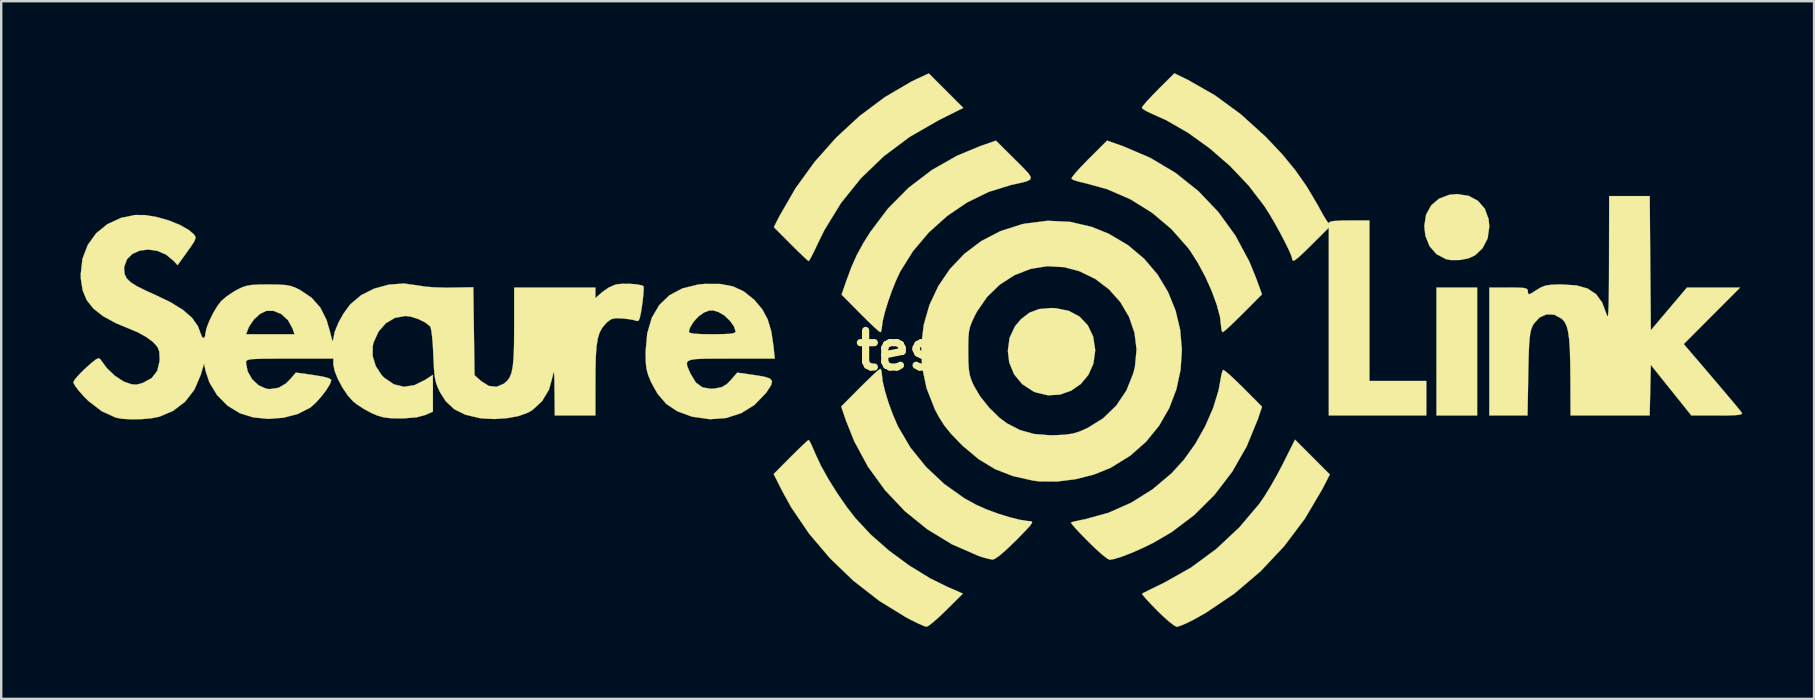
<source format=kicad_pcb>
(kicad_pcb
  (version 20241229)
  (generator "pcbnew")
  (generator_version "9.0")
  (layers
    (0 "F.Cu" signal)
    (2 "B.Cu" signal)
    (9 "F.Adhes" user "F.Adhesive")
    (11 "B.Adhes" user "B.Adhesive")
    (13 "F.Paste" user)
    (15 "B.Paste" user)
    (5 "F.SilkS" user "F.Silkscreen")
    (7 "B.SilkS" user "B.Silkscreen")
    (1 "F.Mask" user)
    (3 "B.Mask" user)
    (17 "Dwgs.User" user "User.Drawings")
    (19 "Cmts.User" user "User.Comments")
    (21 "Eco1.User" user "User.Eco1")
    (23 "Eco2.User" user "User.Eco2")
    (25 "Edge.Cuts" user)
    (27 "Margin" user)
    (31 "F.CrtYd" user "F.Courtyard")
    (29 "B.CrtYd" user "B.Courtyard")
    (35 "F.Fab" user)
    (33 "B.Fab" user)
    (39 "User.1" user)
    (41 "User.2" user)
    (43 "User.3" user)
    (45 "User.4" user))
  (footprint "test"
    (layer "F.Cu")
    (at 34.803 11.557)
    (property "Reference" "test" (at 0 0 0) (layer "F.SilkS") (effects (font (size 1.524 1.524) (thickness 0.3))))
    (attr through_hole)
    (fp_poly (pts (xy 23.707 2.709) (xy 22.013 2.709) (xy 22.013 -2.625) (xy 23.707 -2.625) (xy 23.707 2.709)) (stroke (width 0.01) (type solid)) (fill yes) (layer "F.SilkS"))
    (fp_poly (pts (xy 23.354 -6.446) (xy 23.743 -6.236) (xy 24.026 -5.909) (xy 24.185 -5.479) (xy 24.215 -5.165) (xy 24.146 -4.672) (xy 23.936 -4.267) (xy 23.622 -3.966) (xy 23.349 -3.841) (xy 22.991 -3.771) (xy 22.625 -3.767) (xy 22.404 -3.809) (xy 22.014 -4.016) (xy 21.725 -4.346) (xy 21.551 -4.777) (xy 21.505 -5.183) (xy 21.579 -5.658) (xy 21.79 -6.046) (xy 22.119 -6.328) (xy 22.549 -6.489) (xy 22.874 -6.519) (xy 23.354 -6.446)) (stroke (width 0.01) (type solid)) (fill yes) (layer "F.SilkS"))
    (fp_poly (pts (xy 6.145 -1.762) (xy 6.69 -1.653) (xy 7.141 -1.409) (xy 7.484 -1.047) (xy 7.705 -0.581) (xy 7.789 -0.028) (xy 7.789 0.017) (xy 7.714 0.552) (xy 7.505 1.017) (xy 7.187 1.398) (xy 6.784 1.676) (xy 6.32 1.838) (xy 5.82 1.867) (xy 5.309 1.746) (xy 5.207 1.702) (xy 4.748 1.402) (xy 4.41 0.992) (xy 4.206 0.495) (xy 4.149 0.013) (xy 4.222 -0.532) (xy 4.447 -1.007) (xy 4.693 -1.301) (xy 5.044 -1.573) (xy 5.448 -1.726) (xy 5.944 -1.77) (xy 6.145 -1.762)) (stroke (width 0.01) (type solid)) (fill yes) (layer "F.SilkS"))
    (fp_poly (pts (xy 1.573 -10.829) (xy 2.292 -10.111) (xy 1.252 -9.589) (xy 0.054 -8.9) (xy -1.024 -8.094) (xy -1.977 -7.176) (xy -2.802 -6.15) (xy -3.496 -5.019) (xy -3.774 -4.453) (xy -3.922 -4.139) (xy -4.046 -3.893) (xy -4.129 -3.749) (xy -4.151 -3.726) (xy -4.224 -3.782) (xy -4.391 -3.936) (xy -4.627 -4.163) (xy -4.899 -4.433) (xy -5.603 -5.141) (xy -5.38 -5.581) (xy -4.706 -6.75) (xy -3.91 -7.851) (xy -3.01 -8.866) (xy -2.026 -9.775) (xy -0.976 -10.559) (xy 0.118 -11.2) (xy 0.409 -11.341) (xy 0.855 -11.547) (xy 1.573 -10.829)) (stroke (width 0.01) (type solid)) (fill yes) (layer "F.SilkS"))
    (fp_poly (pts (xy 16.843 4.441) (xy 17.568 5.167) (xy 17.253 5.78) (xy 16.527 7.01) (xy 15.664 8.157) (xy 14.68 9.202) (xy 13.589 10.131) (xy 12.409 10.927) (xy 11.906 11.21) (xy 11.611 11.357) (xy 11.36 11.465) (xy 11.201 11.514) (xy 11.188 11.515) (xy 11.074 11.457) (xy 10.873 11.302) (xy 10.615 11.073) (xy 10.374 10.84) (xy 10.111 10.569) (xy 9.903 10.345) (xy 9.773 10.191) (xy 9.741 10.135) (xy 9.828 10.089) (xy 10.036 9.984) (xy 10.333 9.838) (xy 10.674 9.673) (xy 11.788 9.044) (xy 12.838 8.27) (xy 13.799 7.37) (xy 14.628 6.392) (xy 14.842 6.08) (xy 15.096 5.668) (xy 15.358 5.209) (xy 15.595 4.758) (xy 15.596 4.757) (xy 16.117 3.715) (xy 16.843 4.441)) (stroke (width 0.01) (type solid)) (fill yes) (layer "F.SilkS"))
    (fp_poly (pts (xy -4.1 3.799) (xy -4.007 3.991) (xy -3.89 4.263) (xy -3.869 4.313) (xy -3.64 4.803) (xy -3.324 5.369) (xy -2.952 5.963) (xy -2.554 6.537) (xy -2.201 6.991) (xy -1.563 7.674) (xy -0.803 8.341) (xy 0.034 8.958) (xy 0.902 9.491) (xy 1.639 9.856) (xy 2.275 10.132) (xy 1.58 10.823) (xy 1.295 11.097) (xy 1.043 11.319) (xy 0.854 11.466) (xy 0.76 11.513) (xy 0.635 11.474) (xy 0.401 11.371) (xy 0.098 11.222) (xy -0.084 11.126) (xy -1.211 10.433) (xy -2.277 9.604) (xy -3.258 8.664) (xy -4.133 7.634) (xy -4.877 6.539) (xy -5.251 5.862) (xy -5.611 5.149) (xy -4.903 4.437) (xy -4.624 4.16) (xy -4.388 3.934) (xy -4.222 3.781) (xy -4.151 3.726) (xy -4.1 3.799)) (stroke (width 0.01) (type solid)) (fill yes) (layer "F.SilkS"))
    (fp_poly (pts (xy 8.947 -8.515) (xy 10.089 -8.027) (xy 11.137 -7.402) (xy 12.084 -6.648) (xy 12.918 -5.774) (xy 13.631 -4.791) (xy 14.213 -3.708) (xy 14.485 -3.043) (xy 14.741 -2.341) (xy 13.955 -1.551) (xy 13.658 -1.258) (xy 13.403 -1.014) (xy 13.212 -0.842) (xy 13.111 -0.764) (xy 13.104 -0.762) (xy 13.057 -0.835) (xy 13.039 -0.997) (xy 12.99 -1.407) (xy 12.853 -1.914) (xy 12.646 -2.479) (xy 12.383 -3.065) (xy 12.08 -3.633) (xy 11.754 -4.147) (xy 11.656 -4.28) (xy 10.964 -5.065) (xy 10.156 -5.744) (xy 9.257 -6.302) (xy 8.294 -6.721) (xy 7.413 -6.964) (xy 7.12 -7.032) (xy 6.9 -7.102) (xy 6.8 -7.159) (xy 6.799 -7.162) (xy 6.846 -7.248) (xy 6.992 -7.427) (xy 7.216 -7.674) (xy 7.496 -7.962) (xy 7.529 -7.994) (xy 8.285 -8.747) (xy 8.947 -8.515)) (stroke (width 0.01) (type solid)) (fill yes) (layer "F.SilkS"))
    (fp_poly (pts (xy 4.453 -7.951) (xy 4.79 -7.616) (xy 5.01 -7.383) (xy 5.107 -7.226) (xy 5.079 -7.122) (xy 4.922 -7.046) (xy 4.631 -6.974) (xy 4.284 -6.899) (xy 3.355 -6.612) (xy 2.458 -6.175) (xy 1.616 -5.604) (xy 0.853 -4.918) (xy 0.192 -4.135) (xy -0.332 -3.298) (xy -0.504 -2.932) (xy -0.679 -2.499) (xy -0.84 -2.042) (xy -0.974 -1.606) (xy -1.065 -1.234) (xy -1.101 -0.97) (xy -1.101 -0.964) (xy -1.124 -0.81) (xy -1.166 -0.762) (xy -1.247 -0.819) (xy -1.421 -0.975) (xy -1.664 -1.207) (xy -1.953 -1.493) (xy -2.005 -1.545) (xy -2.779 -2.328) (xy -2.59 -2.879) (xy -2.368 -3.477) (xy -2.142 -3.985) (xy -1.872 -4.477) (xy -1.585 -4.935) (xy -0.845 -5.918) (xy 0.014 -6.782) (xy 0.98 -7.52) (xy 2.044 -8.123) (xy 2.991 -8.515) (xy 3.653 -8.747) (xy 4.453 -7.951)) (stroke (width 0.01) (type solid)) (fill yes) (layer "F.SilkS"))
    (fp_poly (pts (xy 13.197 0.85) (xy 13.369 0.993) (xy 13.611 1.216) (xy 13.9 1.496) (xy 13.96 1.557) (xy 14.743 2.343) (xy 14.568 2.863) (xy 14.098 4.006) (xy 13.493 5.061) (xy 12.762 6.015) (xy 11.917 6.857) (xy 10.965 7.575) (xy 10.221 8.009) (xy 9.75 8.239) (xy 9.294 8.439) (xy 8.889 8.595) (xy 8.568 8.693) (xy 8.388 8.721) (xy 8.279 8.663) (xy 8.08 8.507) (xy 7.82 8.274) (xy 7.524 7.989) (xy 7.496 7.961) (xy 7.214 7.673) (xy 6.986 7.43) (xy 6.833 7.255) (xy 6.777 7.172) (xy 6.778 7.169) (xy 6.874 7.138) (xy 7.09 7.088) (xy 7.366 7.032) (xy 8.346 6.762) (xy 9.294 6.341) (xy 10.18 5.786) (xy 10.975 5.115) (xy 11.492 4.548) (xy 11.965 3.886) (xy 12.376 3.154) (xy 12.705 2.398) (xy 12.93 1.666) (xy 13.006 1.258) (xy 13.049 1.011) (xy 13.096 0.844) (xy 13.119 0.807) (xy 13.197 0.85)) (stroke (width 0.01) (type solid)) (fill yes) (layer "F.SilkS"))
    (fp_poly (pts (xy -1.119 0.835) (xy -1.101 0.997) (xy -1.065 1.297) (xy -0.969 1.705) (xy -0.826 2.173) (xy -0.649 2.657) (xy -0.454 3.112) (xy -0.424 3.175) (xy 0.085 4.041) (xy 0.733 4.844) (xy 1.492 5.56) (xy 2.336 6.159) (xy 2.835 6.434) (xy 3.255 6.62) (xy 3.728 6.795) (xy 4.206 6.944) (xy 4.641 7.054) (xy 4.987 7.108) (xy 5.071 7.112) (xy 5.147 7.124) (xy 5.161 7.171) (xy 5.1 7.27) (xy 4.951 7.441) (xy 4.701 7.7) (xy 4.487 7.916) (xy 4.112 8.279) (xy 3.814 8.539) (xy 3.604 8.685) (xy 3.515 8.714) (xy 3.339 8.683) (xy 3.078 8.61) (xy 2.921 8.557) (xy 1.816 8.075) (xy 0.791 7.45) (xy -0.141 6.696) (xy -0.967 5.824) (xy -1.675 4.849) (xy -2.253 3.783) (xy -2.595 2.924) (xy -2.796 2.334) (xy -2.014 1.548) (xy -1.718 1.255) (xy -1.463 1.012) (xy -1.273 0.841) (xy -1.173 0.764) (xy -1.166 0.762) (xy -1.119 0.835)) (stroke (width 0.01) (type solid)) (fill yes) (layer "F.SilkS"))
    (fp_poly (pts (xy 11.662 -11.272) (xy 12.772 -10.64) (xy 13.852 -9.85) (xy 14.887 -8.912) (xy 14.903 -8.896) (xy 15.57 -8.192) (xy 16.126 -7.518) (xy 16.613 -6.823) (xy 17.067 -6.055) (xy 17.146 -5.909) (xy 17.307 -5.62) (xy 17.434 -5.411) (xy 17.51 -5.31) (xy 17.525 -5.313) (xy 17.577 -5.365) (xy 17.746 -5.398) (xy 18.05 -5.415) (xy 18.373 -5.419) (xy 19.219 -5.419) (xy 19.219 1.27) (xy 21.59 1.27) (xy 21.59 2.709) (xy 17.526 2.709) (xy 17.526 -5.119) (xy 16.826 -4.422) (xy 16.495 -4.097) (xy 16.264 -3.883) (xy 16.116 -3.767) (xy 16.035 -3.739) (xy 16.004 -3.784) (xy 16.002 -3.817) (xy 15.961 -3.958) (xy 15.85 -4.211) (xy 15.687 -4.543) (xy 15.489 -4.92) (xy 15.273 -5.309) (xy 15.057 -5.677) (xy 14.858 -5.992) (xy 14.839 -6.021) (xy 14.188 -6.87) (xy 13.419 -7.68) (xy 12.564 -8.425) (xy 11.657 -9.077) (xy 10.731 -9.608) (xy 10.139 -9.873) (xy 9.91 -9.98) (xy 9.765 -10.077) (xy 9.737 -10.12) (xy 9.794 -10.211) (xy 9.948 -10.392) (xy 10.175 -10.636) (xy 10.413 -10.879) (xy 11.09 -11.552) (xy 11.662 -11.272)) (stroke (width 0.01) (type solid)) (fill yes) (layer "F.SilkS"))
    (fp_poly (pts (xy -7.834 -2.773) (xy -7.307 -2.672) (xy -6.855 -2.462) (xy -6.441 -2.131) (xy -6.399 -2.09) (xy -6.085 -1.717) (xy -5.861 -1.302) (xy -5.711 -0.805) (xy -5.618 -0.191) (xy -5.564 0.339) (xy -7.396 0.339) (xy -8.024 0.338) (xy -8.5 0.342) (xy -8.841 0.357) (xy -9.065 0.39) (xy -9.189 0.447) (xy -9.231 0.535) (xy -9.208 0.661) (xy -9.137 0.832) (xy -9.065 0.988) (xy -8.851 1.337) (xy -8.583 1.535) (xy -8.236 1.596) (xy -8.063 1.585) (xy -7.771 1.526) (xy -7.556 1.396) (xy -7.396 1.231) (xy -7.129 0.923) (xy -6.401 1.024) (xy -6.007 1.089) (xy -5.77 1.166) (xy -5.677 1.275) (xy -5.714 1.44) (xy -5.868 1.682) (xy -5.951 1.793) (xy -6.415 2.272) (xy -6.968 2.614) (xy -7.592 2.813) (xy -8.27 2.864) (xy -8.985 2.762) (xy -9.052 2.744) (xy -9.63 2.532) (xy -10.087 2.226) (xy -10.452 1.802) (xy -10.721 1.314) (xy -10.838 1.033) (xy -10.907 0.782) (xy -10.94 0.496) (xy -10.947 0.114) (xy -10.947 0.044) (xy -10.879 -0.717) (xy -10.859 -0.783) (xy -9.144 -0.783) (xy -9.096 -0.734) (xy -8.938 -0.702) (xy -8.652 -0.684) (xy -8.218 -0.677) (xy -8.17 -0.677) (xy -7.734 -0.682) (xy -7.442 -0.696) (xy -7.273 -0.724) (xy -7.203 -0.768) (xy -7.197 -0.792) (xy -7.264 -1.003) (xy -7.435 -1.242) (xy -7.664 -1.459) (xy -7.901 -1.598) (xy -8.133 -1.67) (xy -8.31 -1.663) (xy -8.514 -1.581) (xy -8.741 -1.422) (xy -8.951 -1.193) (xy -9.099 -0.951) (xy -9.144 -0.783) (xy -10.859 -0.783) (xy -10.689 -1.363) (xy -10.379 -1.893) (xy -9.952 -2.303) (xy -9.411 -2.589) (xy -8.76 -2.749) (xy -8.471 -2.776) (xy -7.834 -2.773)) (stroke (width 0.01) (type solid)) (fill yes) (layer "F.SilkS"))
    (fp_poly (pts (xy 30.923 -3.639) (xy 30.946 -0.842) (xy 31.7 -1.734) (xy 32.454 -2.625) (xy 34.669 -2.625) (xy 33.493 -1.447) (xy 32.318 -0.269) (xy 33.499 1.114) (xy 33.851 1.528) (xy 34.168 1.903) (xy 34.431 2.217) (xy 34.625 2.452) (xy 34.731 2.585) (xy 34.744 2.603) (xy 34.735 2.649) (xy 34.631 2.68) (xy 34.412 2.699) (xy 34.057 2.708) (xy 33.722 2.709) (xy 32.636 2.709) (xy 31.791 1.655) (xy 30.946 0.601) (xy 30.922 1.655) (xy 30.898 2.709) (xy 27.601 2.709) (xy 27.595 1.249) (xy 27.588 0.543) (xy 27.573 -0.014) (xy 27.545 -0.444) (xy 27.502 -0.767) (xy 27.442 -1.004) (xy 27.361 -1.175) (xy 27.256 -1.302) (xy 27.229 -1.326) (xy 26.924 -1.493) (xy 26.604 -1.507) (xy 26.306 -1.376) (xy 26.064 -1.108) (xy 26.019 -1.025) (xy 25.965 -0.893) (xy 25.924 -0.725) (xy 25.893 -0.495) (xy 25.871 -0.179) (xy 25.854 0.25) (xy 25.841 0.815) (xy 25.838 0.995) (xy 25.808 2.709) (xy 24.215 2.709) (xy 24.215 -2.625) (xy 25.019 -2.625) (xy 25.393 -2.622) (xy 25.629 -2.61) (xy 25.758 -2.582) (xy 25.812 -2.531) (xy 25.823 -2.454) (xy 25.834 -2.36) (xy 25.889 -2.346) (xy 26.023 -2.418) (xy 26.177 -2.518) (xy 26.371 -2.634) (xy 26.554 -2.704) (xy 26.779 -2.739) (xy 27.1 -2.751) (xy 27.256 -2.752) (xy 27.851 -2.711) (xy 28.314 -2.581) (xy 28.663 -2.348) (xy 28.917 -2.002) (xy 29.094 -1.529) (xy 29.124 -1.441) (xy 29.147 -1.425) (xy 29.165 -1.494) (xy 29.179 -1.662) (xy 29.19 -1.943) (xy 29.197 -2.349) (xy 29.201 -2.895) (xy 29.204 -3.593) (xy 29.204 -3.789) (xy 29.21 -6.435) (xy 30.056 -6.435) (xy 30.901 -6.435) (xy 30.923 -3.639)) (stroke (width 0.01) (type solid)) (fill yes) (layer "F.SilkS"))
    (fp_poly (pts (xy 6.74 -5.362) (xy 7.643 -5.152) (xy 8.344 -4.869) (xy 9.147 -4.397) (xy 9.828 -3.825) (xy 10.387 -3.168) (xy 10.824 -2.443) (xy 11.139 -1.667) (xy 11.332 -0.856) (xy 11.402 -0.027) (xy 11.349 0.803) (xy 11.173 1.617) (xy 10.875 2.4) (xy 10.453 3.134) (xy 9.909 3.803) (xy 9.241 4.39) (xy 8.45 4.878) (xy 8.418 4.895) (xy 7.73 5.172) (xy 6.969 5.364) (xy 6.194 5.461) (xy 5.46 5.455) (xy 5.207 5.423) (xy 4.363 5.234) (xy 3.623 4.947) (xy 2.946 4.54) (xy 2.29 3.992) (xy 2.151 3.856) (xy 1.779 3.467) (xy 1.5 3.122) (xy 1.271 2.762) (xy 1.11 2.455) (xy 0.764 1.577) (xy 0.576 0.686) (xy 0.549 0.041) (xy 2.499 0.041) (xy 2.504 0.473) (xy 2.523 0.785) (xy 2.563 1.026) (xy 2.632 1.243) (xy 2.726 1.458) (xy 2.997 1.916) (xy 3.368 2.381) (xy 3.787 2.792) (xy 4.106 3.032) (xy 4.655 3.316) (xy 5.239 3.479) (xy 5.904 3.534) (xy 6.138 3.53) (xy 6.55 3.507) (xy 6.86 3.462) (xy 7.137 3.378) (xy 7.449 3.24) (xy 7.457 3.237) (xy 8.118 2.828) (xy 8.667 2.298) (xy 9.093 1.664) (xy 9.381 0.941) (xy 9.446 0.678) (xy 9.514 -0.042) (xy 9.427 -0.743) (xy 9.197 -1.407) (xy 8.84 -2.014) (xy 8.369 -2.545) (xy 7.797 -2.981) (xy 7.138 -3.302) (xy 6.5 -3.473) (xy 5.79 -3.514) (xy 5.09 -3.399) (xy 4.424 -3.139) (xy 3.815 -2.747) (xy 3.286 -2.235) (xy 2.858 -1.616) (xy 2.778 -1.462) (xy 2.654 -1.2) (xy 2.573 -0.985) (xy 2.526 -0.768) (xy 2.505 -0.499) (xy 2.499 -0.129) (xy 2.499 0.041) (xy 0.549 0.041) (xy 0.539 -0.202) (xy 0.644 -1.07) (xy 0.884 -1.902) (xy 1.251 -2.683) (xy 1.737 -3.397) (xy 2.336 -4.027) (xy 3.038 -4.558) (xy 3.837 -4.974) (xy 4.725 -5.258) (xy 4.847 -5.285) (xy 5.811 -5.406) (xy 6.74 -5.362)) (stroke (width 0.01) (type solid)) (fill yes) (layer "F.SilkS"))
    (fp_poly (pts (xy -31.8 -5.643) (xy -31.316 -5.562) (xy -30.818 -5.42) (xy -30.356 -5.234) (xy -29.979 -5.019) (xy -29.783 -4.852) (xy -29.717 -4.764) (xy -29.703 -4.675) (xy -29.756 -4.547) (xy -29.886 -4.346) (xy -30.045 -4.122) (xy -30.453 -3.555) (xy -30.615 -3.734) (xy -30.934 -3.997) (xy -31.297 -4.153) (xy -31.671 -4.206) (xy -32.027 -4.163) (xy -32.333 -4.028) (xy -32.558 -3.806) (xy -32.673 -3.503) (xy -32.681 -3.386) (xy -32.658 -3.182) (xy -32.575 -3.008) (xy -32.409 -2.845) (xy -32.14 -2.675) (xy -31.745 -2.48) (xy -31.427 -2.339) (xy -30.748 -2.013) (xy -30.225 -1.69) (xy -29.848 -1.359) (xy -29.604 -1.012) (xy -29.504 -0.741) (xy -29.429 -0.56) (xy -29.351 -0.517) (xy -29.299 -0.618) (xy -29.295 -0.677) (xy -27.597 -0.677) (xy -25.578 -0.677) (xy -25.663 -0.92) (xy -25.854 -1.268) (xy -26.132 -1.521) (xy -26.46 -1.653) (xy -26.757 -1.65) (xy -27.017 -1.525) (xy -27.272 -1.291) (xy -27.469 -1.002) (xy -27.509 -0.91) (xy -27.597 -0.677) (xy -29.295 -0.677) (xy -29.294 -0.699) (xy -29.248 -0.926) (xy -29.129 -1.234) (xy -28.965 -1.568) (xy -28.782 -1.87) (xy -28.633 -2.061) (xy -28.423 -2.242) (xy -28.141 -2.435) (xy -27.982 -2.527) (xy -27.771 -2.63) (xy -27.575 -2.696) (xy -27.347 -2.733) (xy -27.038 -2.749) (xy -26.67 -2.752) (xy -26.254 -2.747) (xy -25.959 -2.729) (xy -25.737 -2.689) (xy -25.54 -2.618) (xy -25.348 -2.523) (xy -24.867 -2.2) (xy -24.504 -1.79) (xy -24.242 -1.27) (xy -24.087 -0.731) (xy -24.024 -0.473) (xy -23.984 -0.383) (xy -23.967 -0.46) (xy -23.967 -0.466) (xy -23.904 -0.778) (xy -23.75 -1.157) (xy -23.532 -1.548) (xy -23.277 -1.895) (xy -23.242 -1.935) (xy -22.802 -2.305) (xy -22.258 -2.578) (xy -21.651 -2.745) (xy -21.025 -2.792) (xy -20.43 -2.71) (xy -20.158 -2.665) (xy -19.771 -2.633) (xy -19.323 -2.619) (xy -19.076 -2.62) (xy -18.128 -2.635) (xy -18.076 1.03) (xy -17.8 1.277) (xy -17.48 1.477) (xy -17.159 1.512) (xy -16.859 1.386) (xy -16.72 1.27) (xy -16.614 1.124) (xy -16.536 0.928) (xy -16.482 0.657) (xy -16.449 0.289) (xy -16.431 -0.197) (xy -16.425 -0.826) (xy -16.425 -0.971) (xy -16.425 -2.625) (xy -13.039 -2.625) (xy -13.039 -2.184) (xy -12.744 -2.442) (xy -12.491 -2.618) (xy -12.218 -2.74) (xy -12.146 -2.758) (xy -11.905 -2.781) (xy -11.613 -2.78) (xy -11.331 -2.757) (xy -11.116 -2.718) (xy -11.035 -2.682) (xy -11.025 -2.582) (xy -11.038 -2.356) (xy -11.072 -2.046) (xy -11.091 -1.904) (xy -11.146 -1.552) (xy -11.193 -1.341) (xy -11.243 -1.242) (xy -11.307 -1.228) (xy -11.334 -1.238) (xy -11.495 -1.281) (xy -11.754 -1.32) (xy -11.916 -1.336) (xy -12.191 -1.346) (xy -12.371 -1.308) (xy -12.526 -1.2) (xy -12.606 -1.123) (xy -12.75 -0.954) (xy -12.86 -0.756) (xy -12.938 -0.506) (xy -12.991 -0.177) (xy -13.022 0.255) (xy -13.036 0.815) (xy -13.038 1.249) (xy -13.039 2.709) (xy -14.732 2.709) (xy -14.743 1.672) (xy -14.749 1.259) (xy -14.758 1.004) (xy -14.773 0.898) (xy -14.792 0.929) (xy -14.816 1.062) (xy -14.974 1.631) (xy -15.262 2.111) (xy -15.663 2.481) (xy -15.847 2.59) (xy -16.231 2.729) (xy -16.719 2.82) (xy -17.252 2.856) (xy -17.769 2.83) (xy -17.867 2.817) (xy -18.457 2.676) (xy -18.917 2.45) (xy -19.272 2.121) (xy -19.506 1.755) (xy -19.611 1.537) (xy -19.683 1.337) (xy -19.731 1.115) (xy -19.762 0.826) (xy -19.784 0.431) (xy -19.793 0.191) (xy -19.815 -0.227) (xy -19.846 -0.588) (xy -19.882 -0.857) (xy -19.919 -0.996) (xy -19.923 -1.001) (xy -20.123 -1.163) (xy -20.42 -1.311) (xy -20.741 -1.412) (xy -20.96 -1.439) (xy -21.394 -1.36) (xy -21.775 -1.135) (xy -22.078 -0.789) (xy -22.28 -0.343) (xy -22.319 -0.184) (xy -22.323 0.229) (xy -22.192 0.652) (xy -21.946 1.029) (xy -21.838 1.138) (xy -21.439 1.409) (xy -21.022 1.511) (xy -20.584 1.447) (xy -20.13 1.221) (xy -19.812 1.014) (xy -19.812 1.781) (xy -19.812 2.549) (xy -20.13 2.688) (xy -20.487 2.784) (xy -21.001 2.827) (xy -21.167 2.83) (xy -21.57 2.822) (xy -21.87 2.785) (xy -22.134 2.709) (xy -22.356 2.614) (xy -22.677 2.442) (xy -22.987 2.24) (xy -23.135 2.124) (xy -23.358 1.877) (xy -23.58 1.546) (xy -23.773 1.185) (xy -23.909 0.844) (xy -23.961 0.579) (xy -23.961 0.339) (xy -25.781 0.339) (xy -26.38 0.339) (xy -26.831 0.342) (xy -27.154 0.35) (xy -27.372 0.363) (xy -27.504 0.386) (xy -27.572 0.418) (xy -27.598 0.463) (xy -27.601 0.511) (xy -27.531 0.873) (xy -27.343 1.201) (xy -27.072 1.454) (xy -26.755 1.593) (xy -26.611 1.609) (xy -26.248 1.555) (xy -25.941 1.378) (xy -25.736 1.171) (xy -25.522 0.92) (xy -24.784 1.023) (xy -24.388 1.09) (xy -24.138 1.159) (xy -24.046 1.227) (xy -24.045 1.231) (xy -24.102 1.399) (xy -24.248 1.64) (xy -24.452 1.909) (xy -24.68 2.164) (xy -24.897 2.361) (xy -24.934 2.387) (xy -25.443 2.646) (xy -26.04 2.802) (xy -26.676 2.85) (xy -27.303 2.786) (xy -27.853 2.616) (xy -28.37 2.3) (xy -28.804 1.862) (xy -29.124 1.337) (xy -29.281 0.869) (xy -29.35 0.55) (xy -29.489 1.021) (xy -29.752 1.634) (xy -30.14 2.137) (xy -30.645 2.519) (xy -31.205 2.757) (xy -31.527 2.822) (xy -31.935 2.86) (xy -32.365 2.869) (xy -32.753 2.848) (xy -33.02 2.799) (xy -33.608 2.534) (xy -34.168 2.105) (xy -34.354 1.919) (xy -34.568 1.678) (xy -34.725 1.47) (xy -34.796 1.336) (xy -34.798 1.325) (xy -34.739 1.213) (xy -34.58 1.027) (xy -34.354 0.799) (xy -34.269 0.721) (xy -34.008 0.49) (xy -33.841 0.362) (xy -33.74 0.323) (xy -33.677 0.356) (xy -33.655 0.389) (xy -33.399 0.737) (xy -33.068 1.052) (xy -32.721 1.28) (xy -32.624 1.323) (xy -32.367 1.408) (xy -32.176 1.423) (xy -31.962 1.372) (xy -31.896 1.349) (xy -31.53 1.149) (xy -31.301 0.852) (xy -31.204 0.451) (xy -31.2 0.326) (xy -31.215 0.051) (xy -31.283 -0.136) (xy -31.439 -0.316) (xy -31.504 -0.376) (xy -31.758 -0.563) (xy -32.087 -0.746) (xy -32.308 -0.842) (xy -33.008 -1.132) (xy -33.553 -1.427) (xy -33.958 -1.745) (xy -34.239 -2.099) (xy -34.409 -2.507) (xy -34.483 -2.983) (xy -34.489 -3.175) (xy -34.416 -3.823) (xy -34.197 -4.397) (xy -33.848 -4.883) (xy -33.381 -5.264) (xy -32.81 -5.526) (xy -32.223 -5.647) (xy -31.8 -5.643)) (stroke (width 0.01) (type solid)) (fill yes) (layer "F.SilkS")))
  (gr_rect
    (start -3 -3)
    (end 72.552 26.076)
    (stroke (width 0.1) (type default))
    (fill no)
    (layer "Edge.Cuts")))
</source>
